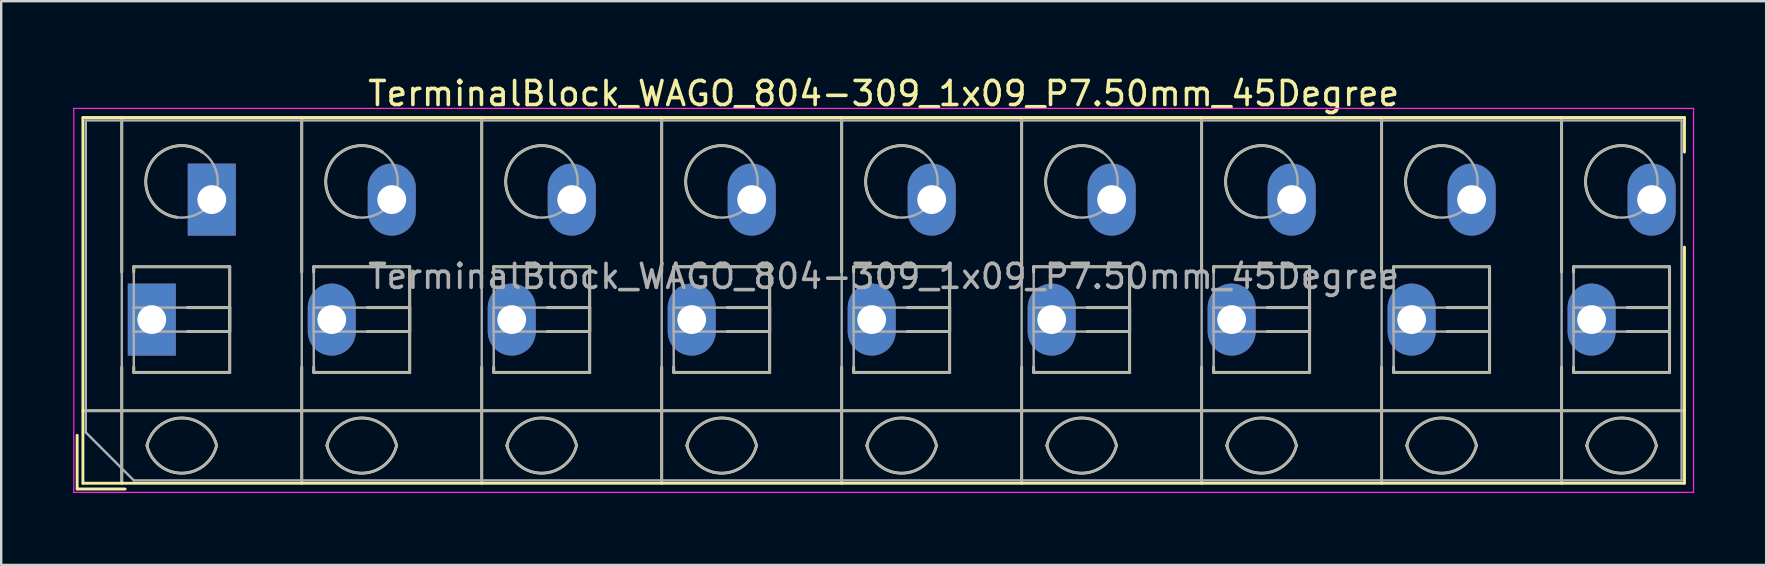
<source format=kicad_pcb>
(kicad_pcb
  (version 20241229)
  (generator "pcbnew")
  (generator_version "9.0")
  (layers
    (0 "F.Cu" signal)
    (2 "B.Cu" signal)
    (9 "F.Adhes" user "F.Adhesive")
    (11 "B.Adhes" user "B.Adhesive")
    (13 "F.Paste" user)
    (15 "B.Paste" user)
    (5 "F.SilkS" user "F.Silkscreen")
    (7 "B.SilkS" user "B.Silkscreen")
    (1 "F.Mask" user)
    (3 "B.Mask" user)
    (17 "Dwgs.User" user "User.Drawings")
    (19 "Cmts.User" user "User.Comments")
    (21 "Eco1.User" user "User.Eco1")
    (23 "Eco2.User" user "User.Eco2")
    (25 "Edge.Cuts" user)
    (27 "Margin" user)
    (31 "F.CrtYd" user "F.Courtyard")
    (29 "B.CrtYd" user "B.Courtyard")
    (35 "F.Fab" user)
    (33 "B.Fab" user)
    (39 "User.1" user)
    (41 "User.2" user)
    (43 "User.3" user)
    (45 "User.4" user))
  (footprint "TerminalBlock_WAGO_804-309_1x09_P7.50mm_45Degree"
    (layer "F.Cu")
    (at 3.275 10.268)
    (property "Reference" "TerminalBlock_WAGO_804-309_1x09_P7.50mm_45Degree" (at 30.5 -9.42 0) (layer "F.SilkS") (effects (font (size 1 1) (thickness 0.15))))
    (attr through_hole)
    (fp_line (start -3.11 4.82) (end -3.11 7.06) (stroke (width 0.12) (type solid)) (layer "F.SilkS"))
    (fp_line (start -3.11 7.06) (end -1.11 7.06) (stroke (width 0.12) (type solid)) (layer "F.SilkS"))
    (fp_line (start -2.87 -8.42) (end -2.87 6.82) (stroke (width 0.12) (type solid)) (layer "F.SilkS"))
    (fp_line (start -2.87 -8.42) (end 63.87 -8.42) (stroke (width 0.12) (type solid)) (layer "F.SilkS"))
    (fp_line (start -2.87 3.8) (end 63.87 3.8) (stroke (width 0.12) (type solid)) (layer "F.SilkS"))
    (fp_line (start -2.87 6.82) (end 63.87 6.82) (stroke (width 0.12) (type solid)) (layer "F.SilkS"))
    (fp_line (start -1.25 -8.42) (end -1.25 -1.98) (stroke (width 0.12) (type solid)) (layer "F.SilkS"))
    (fp_line (start -1.25 1.98) (end -1.25 6.82) (stroke (width 0.12) (type solid)) (layer "F.SilkS"))
    (fp_line (start -0.75 -2.2) (end -0.75 -1.98) (stroke (width 0.12) (type solid)) (layer "F.SilkS"))
    (fp_line (start -0.75 -2.2) (end 3.25 -2.2) (stroke (width 0.12) (type solid)) (layer "F.SilkS"))
    (fp_line (start -0.75 1.98) (end -0.75 2.2) (stroke (width 0.12) (type solid)) (layer "F.SilkS"))
    (fp_line (start -0.75 2.2) (end 3.25 2.2) (stroke (width 0.12) (type solid)) (layer "F.SilkS"))
    (fp_line (start 1.48 -0.5) (end 3.25 -0.5) (stroke (width 0.12) (type solid)) (layer "F.SilkS"))
    (fp_line (start 1.48 0.5) (end 3.25 0.5) (stroke (width 0.12) (type solid)) (layer "F.SilkS"))
    (fp_line (start 3.25 -2.2) (end 3.25 2.2) (stroke (width 0.12) (type solid)) (layer "F.SilkS"))
    (fp_line (start 3.25 -0.5) (end 3.25 0.5) (stroke (width 0.12) (type solid)) (layer "F.SilkS"))
    (fp_line (start 6.25 -8.42) (end 6.25 -1.98) (stroke (width 0.12) (type solid)) (layer "F.SilkS"))
    (fp_line (start 6.25 1.98) (end 6.25 6.82) (stroke (width 0.12) (type solid)) (layer "F.SilkS"))
    (fp_line (start 6.75 -2.2) (end 6.75 -1.98) (stroke (width 0.12) (type solid)) (layer "F.SilkS"))
    (fp_line (start 6.75 -2.2) (end 10.75 -2.2) (stroke (width 0.12) (type solid)) (layer "F.SilkS"))
    (fp_line (start 6.75 1.98) (end 6.75 2.2) (stroke (width 0.12) (type solid)) (layer "F.SilkS"))
    (fp_line (start 6.75 2.2) (end 10.75 2.2) (stroke (width 0.12) (type solid)) (layer "F.SilkS"))
    (fp_line (start 8.98 -0.5) (end 10.75 -0.5) (stroke (width 0.12) (type solid)) (layer "F.SilkS"))
    (fp_line (start 8.98 0.5) (end 10.75 0.5) (stroke (width 0.12) (type solid)) (layer "F.SilkS"))
    (fp_line (start 10.75 -2.2) (end 10.75 2.2) (stroke (width 0.12) (type solid)) (layer "F.SilkS"))
    (fp_line (start 10.75 -0.5) (end 10.75 0.5) (stroke (width 0.12) (type solid)) (layer "F.SilkS"))
    (fp_line (start 13.75 -8.42) (end 13.75 -1.98) (stroke (width 0.12) (type solid)) (layer "F.SilkS"))
    (fp_line (start 13.75 1.98) (end 13.75 6.82) (stroke (width 0.12) (type solid)) (layer "F.SilkS"))
    (fp_line (start 14.25 -2.2) (end 14.25 -1.98) (stroke (width 0.12) (type solid)) (layer "F.SilkS"))
    (fp_line (start 14.25 -2.2) (end 18.25 -2.2) (stroke (width 0.12) (type solid)) (layer "F.SilkS"))
    (fp_line (start 14.25 1.98) (end 14.25 2.2) (stroke (width 0.12) (type solid)) (layer "F.SilkS"))
    (fp_line (start 14.25 2.2) (end 18.25 2.2) (stroke (width 0.12) (type solid)) (layer "F.SilkS"))
    (fp_line (start 16.48 -0.5) (end 18.25 -0.5) (stroke (width 0.12) (type solid)) (layer "F.SilkS"))
    (fp_line (start 16.48 0.5) (end 18.25 0.5) (stroke (width 0.12) (type solid)) (layer "F.SilkS"))
    (fp_line (start 18.25 -2.2) (end 18.25 2.2) (stroke (width 0.12) (type solid)) (layer "F.SilkS"))
    (fp_line (start 18.25 -0.5) (end 18.25 0.5) (stroke (width 0.12) (type solid)) (layer "F.SilkS"))
    (fp_line (start 21.25 -8.42) (end 21.25 -1.98) (stroke (width 0.12) (type solid)) (layer "F.SilkS"))
    (fp_line (start 21.25 1.98) (end 21.25 6.82) (stroke (width 0.12) (type solid)) (layer "F.SilkS"))
    (fp_line (start 21.75 -2.2) (end 21.75 -1.98) (stroke (width 0.12) (type solid)) (layer "F.SilkS"))
    (fp_line (start 21.75 -2.2) (end 25.75 -2.2) (stroke (width 0.12) (type solid)) (layer "F.SilkS"))
    (fp_line (start 21.75 1.98) (end 21.75 2.2) (stroke (width 0.12) (type solid)) (layer "F.SilkS"))
    (fp_line (start 21.75 2.2) (end 25.75 2.2) (stroke (width 0.12) (type solid)) (layer "F.SilkS"))
    (fp_line (start 23.98 -0.5) (end 25.75 -0.5) (stroke (width 0.12) (type solid)) (layer "F.SilkS"))
    (fp_line (start 23.98 0.5) (end 25.75 0.5) (stroke (width 0.12) (type solid)) (layer "F.SilkS"))
    (fp_line (start 25.75 -2.2) (end 25.75 2.2) (stroke (width 0.12) (type solid)) (layer "F.SilkS"))
    (fp_line (start 25.75 -0.5) (end 25.75 0.5) (stroke (width 0.12) (type solid)) (layer "F.SilkS"))
    (fp_line (start 28.75 -8.42) (end 28.75 -1.98) (stroke (width 0.12) (type solid)) (layer "F.SilkS"))
    (fp_line (start 28.75 1.98) (end 28.75 6.82) (stroke (width 0.12) (type solid)) (layer "F.SilkS"))
    (fp_line (start 29.25 -2.2) (end 29.25 -1.98) (stroke (width 0.12) (type solid)) (layer "F.SilkS"))
    (fp_line (start 29.25 -2.2) (end 33.25 -2.2) (stroke (width 0.12) (type solid)) (layer "F.SilkS"))
    (fp_line (start 29.25 1.98) (end 29.25 2.2) (stroke (width 0.12) (type solid)) (layer "F.SilkS"))
    (fp_line (start 29.25 2.2) (end 33.25 2.2) (stroke (width 0.12) (type solid)) (layer "F.SilkS"))
    (fp_line (start 31.48 -0.5) (end 33.25 -0.5) (stroke (width 0.12) (type solid)) (layer "F.SilkS"))
    (fp_line (start 31.48 0.5) (end 33.25 0.5) (stroke (width 0.12) (type solid)) (layer "F.SilkS"))
    (fp_line (start 33.25 -2.2) (end 33.25 2.2) (stroke (width 0.12) (type solid)) (layer "F.SilkS"))
    (fp_line (start 33.25 -0.5) (end 33.25 0.5) (stroke (width 0.12) (type solid)) (layer "F.SilkS"))
    (fp_line (start 36.25 -8.42) (end 36.25 -1.98) (stroke (width 0.12) (type solid)) (layer "F.SilkS"))
    (fp_line (start 36.25 1.98) (end 36.25 6.82) (stroke (width 0.12) (type solid)) (layer "F.SilkS"))
    (fp_line (start 36.75 -2.2) (end 36.75 -1.98) (stroke (width 0.12) (type solid)) (layer "F.SilkS"))
    (fp_line (start 36.75 -2.2) (end 40.75 -2.2) (stroke (width 0.12) (type solid)) (layer "F.SilkS"))
    (fp_line (start 36.75 1.98) (end 36.75 2.2) (stroke (width 0.12) (type solid)) (layer "F.SilkS"))
    (fp_line (start 36.75 2.2) (end 40.75 2.2) (stroke (width 0.12) (type solid)) (layer "F.SilkS"))
    (fp_line (start 38.98 -0.5) (end 40.75 -0.5) (stroke (width 0.12) (type solid)) (layer "F.SilkS"))
    (fp_line (start 38.98 0.5) (end 40.75 0.5) (stroke (width 0.12) (type solid)) (layer "F.SilkS"))
    (fp_line (start 40.75 -2.2) (end 40.75 2.2) (stroke (width 0.12) (type solid)) (layer "F.SilkS"))
    (fp_line (start 40.75 -0.5) (end 40.75 0.5) (stroke (width 0.12) (type solid)) (layer "F.SilkS"))
    (fp_line (start 43.75 -8.42) (end 43.75 -1.98) (stroke (width 0.12) (type solid)) (layer "F.SilkS"))
    (fp_line (start 43.75 1.98) (end 43.75 6.82) (stroke (width 0.12) (type solid)) (layer "F.SilkS"))
    (fp_line (start 44.25 -2.2) (end 44.25 -1.98) (stroke (width 0.12) (type solid)) (layer "F.SilkS"))
    (fp_line (start 44.25 -2.2) (end 48.25 -2.2) (stroke (width 0.12) (type solid)) (layer "F.SilkS"))
    (fp_line (start 44.25 1.98) (end 44.25 2.2) (stroke (width 0.12) (type solid)) (layer "F.SilkS"))
    (fp_line (start 44.25 2.2) (end 48.25 2.2) (stroke (width 0.12) (type solid)) (layer "F.SilkS"))
    (fp_line (start 46.48 -0.5) (end 48.25 -0.5) (stroke (width 0.12) (type solid)) (layer "F.SilkS"))
    (fp_line (start 46.48 0.5) (end 48.25 0.5) (stroke (width 0.12) (type solid)) (layer "F.SilkS"))
    (fp_line (start 48.25 -2.2) (end 48.25 2.2) (stroke (width 0.12) (type solid)) (layer "F.SilkS"))
    (fp_line (start 48.25 -0.5) (end 48.25 0.5) (stroke (width 0.12) (type solid)) (layer "F.SilkS"))
    (fp_line (start 51.25 -8.42) (end 51.25 -1.98) (stroke (width 0.12) (type solid)) (layer "F.SilkS"))
    (fp_line (start 51.25 1.98) (end 51.25 6.82) (stroke (width 0.12) (type solid)) (layer "F.SilkS"))
    (fp_line (start 51.75 -2.2) (end 51.75 -1.98) (stroke (width 0.12) (type solid)) (layer "F.SilkS"))
    (fp_line (start 51.75 -2.2) (end 55.75 -2.2) (stroke (width 0.12) (type solid)) (layer "F.SilkS"))
    (fp_line (start 51.75 1.98) (end 51.75 2.2) (stroke (width 0.12) (type solid)) (layer "F.SilkS"))
    (fp_line (start 51.75 2.2) (end 55.75 2.2) (stroke (width 0.12) (type solid)) (layer "F.SilkS"))
    (fp_line (start 53.98 -0.5) (end 55.75 -0.5) (stroke (width 0.12) (type solid)) (layer "F.SilkS"))
    (fp_line (start 53.98 0.5) (end 55.75 0.5) (stroke (width 0.12) (type solid)) (layer "F.SilkS"))
    (fp_line (start 55.75 -2.2) (end 55.75 2.2) (stroke (width 0.12) (type solid)) (layer "F.SilkS"))
    (fp_line (start 55.75 -0.5) (end 55.75 0.5) (stroke (width 0.12) (type solid)) (layer "F.SilkS"))
    (fp_line (start 58.75 -8.42) (end 58.75 -1.98) (stroke (width 0.12) (type solid)) (layer "F.SilkS"))
    (fp_line (start 58.75 1.98) (end 58.75 6.82) (stroke (width 0.12) (type solid)) (layer "F.SilkS"))
    (fp_line (start 59.25 -2.2) (end 59.25 -1.98) (stroke (width 0.12) (type solid)) (layer "F.SilkS"))
    (fp_line (start 59.25 -2.2) (end 63.25 -2.2) (stroke (width 0.12) (type solid)) (layer "F.SilkS"))
    (fp_line (start 59.25 1.98) (end 59.25 2.2) (stroke (width 0.12) (type solid)) (layer "F.SilkS"))
    (fp_line (start 59.25 2.2) (end 63.25 2.2) (stroke (width 0.12) (type solid)) (layer "F.SilkS"))
    (fp_line (start 61.48 -0.5) (end 63.25 -0.5) (stroke (width 0.12) (type solid)) (layer "F.SilkS"))
    (fp_line (start 61.48 0.5) (end 63.25 0.5) (stroke (width 0.12) (type solid)) (layer "F.SilkS"))
    (fp_line (start 63.25 -2.2) (end 63.25 2.2) (stroke (width 0.12) (type solid)) (layer "F.SilkS"))
    (fp_line (start 63.25 -0.5) (end 63.25 0.5) (stroke (width 0.12) (type solid)) (layer "F.SilkS"))
    (fp_line (start 63.87 -8.42) (end 63.87 -6.98) (stroke (width 0.12) (type solid)) (layer "F.SilkS"))
    (fp_line (start 63.87 -3.02) (end 63.87 6.82) (stroke (width 0.12) (type solid)) (layer "F.SilkS"))
    (fp_arc (start -0.200865 5.250424) (mid 1.250296 4.099926) (end 2.701 5.251) (stroke (width 0.12) (type solid)) (layer "F.SilkS"))
    (fp_arc (start 1.040798 -4.264067) (mid -0.146039 -6.300306) (end 2.111 -6.979) (stroke (width 0.12) (type solid)) (layer "F.SilkS"))
    (fp_arc (start 2.7 5.25) (mid 1.250068 6.400101) (end -0.199969 5.250133) (stroke (width 0.12) (type solid)) (layer "F.SilkS"))
    (fp_arc (start 7.299135 5.250424) (mid 8.750296 4.099926) (end 10.201 5.251) (stroke (width 0.12) (type solid)) (layer "F.SilkS"))
    (fp_arc (start 8.540798 -4.264067) (mid 7.353961 -6.300306) (end 9.611 -6.979) (stroke (width 0.12) (type solid)) (layer "F.SilkS"))
    (fp_arc (start 10.2 5.25) (mid 8.750068 6.400101) (end 7.300031 5.250133) (stroke (width 0.12) (type solid)) (layer "F.SilkS"))
    (fp_arc (start 14.799135 5.250424) (mid 16.250296 4.099926) (end 17.701 5.251) (stroke (width 0.12) (type solid)) (layer "F.SilkS"))
    (fp_arc (start 16.040798 -4.264067) (mid 14.853961 -6.300306) (end 17.111 -6.979) (stroke (width 0.12) (type solid)) (layer "F.SilkS"))
    (fp_arc (start 17.7 5.25) (mid 16.250068 6.400101) (end 14.800031 5.250133) (stroke (width 0.12) (type solid)) (layer "F.SilkS"))
    (fp_arc (start 22.299135 5.250424) (mid 23.750296 4.099926) (end 25.201 5.251) (stroke (width 0.12) (type solid)) (layer "F.SilkS"))
    (fp_arc (start 23.540798 -4.264067) (mid 22.353961 -6.300306) (end 24.611 -6.979) (stroke (width 0.12) (type solid)) (layer "F.SilkS"))
    (fp_arc (start 25.2 5.25) (mid 23.750068 6.400101) (end 22.300031 5.250133) (stroke (width 0.12) (type solid)) (layer "F.SilkS"))
    (fp_arc (start 29.799135 5.250424) (mid 31.250296 4.099926) (end 32.701 5.251) (stroke (width 0.12) (type solid)) (layer "F.SilkS"))
    (fp_arc (start 31.040798 -4.264067) (mid 29.853961 -6.300306) (end 32.111 -6.979) (stroke (width 0.12) (type solid)) (layer "F.SilkS"))
    (fp_arc (start 32.701 5.25) (mid 31.250296 6.401074) (end 29.799135 5.250576) (stroke (width 0.12) (type solid)) (layer "F.SilkS"))
    (fp_arc (start 37.299135 5.250424) (mid 38.750296 4.099926) (end 40.201 5.251) (stroke (width 0.12) (type solid)) (layer "F.SilkS"))
    (fp_arc (start 38.540798 -4.264067) (mid 37.353961 -6.300306) (end 39.611 -6.979) (stroke (width 0.12) (type solid)) (layer "F.SilkS"))
    (fp_arc (start 40.2 5.25) (mid 38.750068 6.400101) (end 37.300031 5.250133) (stroke (width 0.12) (type solid)) (layer "F.SilkS"))
    (fp_arc (start 44.799135 5.250424) (mid 46.250296 4.099926) (end 47.701 5.251) (stroke (width 0.12) (type solid)) (layer "F.SilkS"))
    (fp_arc (start 46.040798 -4.264067) (mid 44.853961 -6.300306) (end 47.111 -6.979) (stroke (width 0.12) (type solid)) (layer "F.SilkS"))
    (fp_arc (start 47.7 5.25) (mid 46.250068 6.400101) (end 44.800031 5.250133) (stroke (width 0.12) (type solid)) (layer "F.SilkS"))
    (fp_arc (start 52.299135 5.250424) (mid 53.750296 4.099926) (end 55.201 5.251) (stroke (width 0.12) (type solid)) (layer "F.SilkS"))
    (fp_arc (start 53.540798 -4.264067) (mid 52.353961 -6.300306) (end 54.611 -6.979) (stroke (width 0.12) (type solid)) (layer "F.SilkS"))
    (fp_arc (start 55.2 5.25) (mid 53.750068 6.400101) (end 52.300031 5.250133) (stroke (width 0.12) (type solid)) (layer "F.SilkS"))
    (fp_arc (start 59.799135 5.250424) (mid 61.250296 4.099926) (end 62.701 5.251) (stroke (width 0.12) (type solid)) (layer "F.SilkS"))
    (fp_arc (start 61.040798 -4.264067) (mid 59.853961 -6.300306) (end 62.111 -6.979) (stroke (width 0.12) (type solid)) (layer "F.SilkS"))
    (fp_arc (start 62.7 5.25) (mid 61.250068 6.400101) (end 59.800031 5.250133) (stroke (width 0.12) (type solid)) (layer "F.SilkS"))
    (fp_line (start -3.25 -8.8) (end -3.25 7.2) (stroke (width 0.05) (type solid)) (layer "F.CrtYd"))
    (fp_line (start -3.25 7.2) (end 64.25 7.2) (stroke (width 0.05) (type solid)) (layer "F.CrtYd"))
    (fp_line (start 64.25 -8.8) (end -3.25 -8.8) (stroke (width 0.05) (type solid)) (layer "F.CrtYd"))
    (fp_line (start 64.25 7.2) (end 64.25 -8.8) (stroke (width 0.05) (type solid)) (layer "F.CrtYd"))
    (fp_line (start -2.75 -8.3) (end 63.75 -8.3) (stroke (width 0.1) (type solid)) (layer "F.Fab"))
    (fp_line (start -2.75 3.8) (end 63.75 3.8) (stroke (width 0.1) (type solid)) (layer "F.Fab"))
    (fp_line (start -2.75 4.7) (end -2.75 -8.3) (stroke (width 0.1) (type solid)) (layer "F.Fab"))
    (fp_line (start -1.25 -8.3) (end -1.25 6.7) (stroke (width 0.1) (type solid)) (layer "F.Fab"))
    (fp_line (start -0.75 -2.2) (end -0.75 2.2) (stroke (width 0.1) (type solid)) (layer "F.Fab"))
    (fp_line (start -0.75 -0.5) (end -0.75 0.5) (stroke (width 0.1) (type solid)) (layer "F.Fab"))
    (fp_line (start -0.75 0.5) (end 3.25 0.5) (stroke (width 0.1) (type solid)) (layer "F.Fab"))
    (fp_line (start -0.75 2.2) (end 3.25 2.2) (stroke (width 0.1) (type solid)) (layer "F.Fab"))
    (fp_line (start -0.75 6.7) (end -2.75 4.7) (stroke (width 0.1) (type solid)) (layer "F.Fab"))
    (fp_line (start 3.25 -2.2) (end -0.75 -2.2) (stroke (width 0.1) (type solid)) (layer "F.Fab"))
    (fp_line (start 3.25 -0.5) (end -0.75 -0.5) (stroke (width 0.1) (type solid)) (layer "F.Fab"))
    (fp_line (start 3.25 0.5) (end 3.25 -0.5) (stroke (width 0.1) (type solid)) (layer "F.Fab"))
    (fp_line (start 3.25 2.2) (end 3.25 -2.2) (stroke (width 0.1) (type solid)) (layer "F.Fab"))
    (fp_line (start 6.25 -8.3) (end 6.25 6.7) (stroke (width 0.1) (type solid)) (layer "F.Fab"))
    (fp_line (start 6.75 -2.2) (end 6.75 2.2) (stroke (width 0.1) (type solid)) (layer "F.Fab"))
    (fp_line (start 6.75 -0.5) (end 6.75 0.5) (stroke (width 0.1) (type solid)) (layer "F.Fab"))
    (fp_line (start 6.75 0.5) (end 10.75 0.5) (stroke (width 0.1) (type solid)) (layer "F.Fab"))
    (fp_line (start 6.75 2.2) (end 10.75 2.2) (stroke (width 0.1) (type solid)) (layer "F.Fab"))
    (fp_line (start 10.75 -2.2) (end 6.75 -2.2) (stroke (width 0.1) (type solid)) (layer "F.Fab"))
    (fp_line (start 10.75 -0.5) (end 6.75 -0.5) (stroke (width 0.1) (type solid)) (layer "F.Fab"))
    (fp_line (start 10.75 0.5) (end 10.75 -0.5) (stroke (width 0.1) (type solid)) (layer "F.Fab"))
    (fp_line (start 10.75 2.2) (end 10.75 -2.2) (stroke (width 0.1) (type solid)) (layer "F.Fab"))
    (fp_line (start 13.75 -8.3) (end 13.75 6.7) (stroke (width 0.1) (type solid)) (layer "F.Fab"))
    (fp_line (start 14.25 -2.2) (end 14.25 2.2) (stroke (width 0.1) (type solid)) (layer "F.Fab"))
    (fp_line (start 14.25 -0.5) (end 14.25 0.5) (stroke (width 0.1) (type solid)) (layer "F.Fab"))
    (fp_line (start 14.25 0.5) (end 18.25 0.5) (stroke (width 0.1) (type solid)) (layer "F.Fab"))
    (fp_line (start 14.25 2.2) (end 18.25 2.2) (stroke (width 0.1) (type solid)) (layer "F.Fab"))
    (fp_line (start 18.25 -2.2) (end 14.25 -2.2) (stroke (width 0.1) (type solid)) (layer "F.Fab"))
    (fp_line (start 18.25 -0.5) (end 14.25 -0.5) (stroke (width 0.1) (type solid)) (layer "F.Fab"))
    (fp_line (start 18.25 0.5) (end 18.25 -0.5) (stroke (width 0.1) (type solid)) (layer "F.Fab"))
    (fp_line (start 18.25 2.2) (end 18.25 -2.2) (stroke (width 0.1) (type solid)) (layer "F.Fab"))
    (fp_line (start 21.25 -8.3) (end 21.25 6.7) (stroke (width 0.1) (type solid)) (layer "F.Fab"))
    (fp_line (start 21.75 -2.2) (end 21.75 2.2) (stroke (width 0.1) (type solid)) (layer "F.Fab"))
    (fp_line (start 21.75 -0.5) (end 21.75 0.5) (stroke (width 0.1) (type solid)) (layer "F.Fab"))
    (fp_line (start 21.75 0.5) (end 25.75 0.5) (stroke (width 0.1) (type solid)) (layer "F.Fab"))
    (fp_line (start 21.75 2.2) (end 25.75 2.2) (stroke (width 0.1) (type solid)) (layer "F.Fab"))
    (fp_line (start 25.75 -2.2) (end 21.75 -2.2) (stroke (width 0.1) (type solid)) (layer "F.Fab"))
    (fp_line (start 25.75 -0.5) (end 21.75 -0.5) (stroke (width 0.1) (type solid)) (layer "F.Fab"))
    (fp_line (start 25.75 0.5) (end 25.75 -0.5) (stroke (width 0.1) (type solid)) (layer "F.Fab"))
    (fp_line (start 25.75 2.2) (end 25.75 -2.2) (stroke (width 0.1) (type solid)) (layer "F.Fab"))
    (fp_line (start 28.75 -8.3) (end 28.75 6.7) (stroke (width 0.1) (type solid)) (layer "F.Fab"))
    (fp_line (start 29.25 -2.2) (end 29.25 2.2) (stroke (width 0.1) (type solid)) (layer "F.Fab"))
    (fp_line (start 29.25 -0.5) (end 29.25 0.5) (stroke (width 0.1) (type solid)) (layer "F.Fab"))
    (fp_line (start 29.25 0.5) (end 33.25 0.5) (stroke (width 0.1) (type solid)) (layer "F.Fab"))
    (fp_line (start 29.25 2.2) (end 33.25 2.2) (stroke (width 0.1) (type solid)) (layer "F.Fab"))
    (fp_line (start 33.25 -2.2) (end 29.25 -2.2) (stroke (width 0.1) (type solid)) (layer "F.Fab"))
    (fp_line (start 33.25 -0.5) (end 29.25 -0.5) (stroke (width 0.1) (type solid)) (layer "F.Fab"))
    (fp_line (start 33.25 0.5) (end 33.25 -0.5) (stroke (width 0.1) (type solid)) (layer "F.Fab"))
    (fp_line (start 33.25 2.2) (end 33.25 -2.2) (stroke (width 0.1) (type solid)) (layer "F.Fab"))
    (fp_line (start 36.25 -8.3) (end 36.25 6.7) (stroke (width 0.1) (type solid)) (layer "F.Fab"))
    (fp_line (start 36.75 -2.2) (end 36.75 2.2) (stroke (width 0.1) (type solid)) (layer "F.Fab"))
    (fp_line (start 36.75 -0.5) (end 36.75 0.5) (stroke (width 0.1) (type solid)) (layer "F.Fab"))
    (fp_line (start 36.75 0.5) (end 40.75 0.5) (stroke (width 0.1) (type solid)) (layer "F.Fab"))
    (fp_line (start 36.75 2.2) (end 40.75 2.2) (stroke (width 0.1) (type solid)) (layer "F.Fab"))
    (fp_line (start 40.75 -2.2) (end 36.75 -2.2) (stroke (width 0.1) (type solid)) (layer "F.Fab"))
    (fp_line (start 40.75 -0.5) (end 36.75 -0.5) (stroke (width 0.1) (type solid)) (layer "F.Fab"))
    (fp_line (start 40.75 0.5) (end 40.75 -0.5) (stroke (width 0.1) (type solid)) (layer "F.Fab"))
    (fp_line (start 40.75 2.2) (end 40.75 -2.2) (stroke (width 0.1) (type solid)) (layer "F.Fab"))
    (fp_line (start 43.75 -8.3) (end 43.75 6.7) (stroke (width 0.1) (type solid)) (layer "F.Fab"))
    (fp_line (start 44.25 -2.2) (end 44.25 2.2) (stroke (width 0.1) (type solid)) (layer "F.Fab"))
    (fp_line (start 44.25 -0.5) (end 44.25 0.5) (stroke (width 0.1) (type solid)) (layer "F.Fab"))
    (fp_line (start 44.25 0.5) (end 48.25 0.5) (stroke (width 0.1) (type solid)) (layer "F.Fab"))
    (fp_line (start 44.25 2.2) (end 48.25 2.2) (stroke (width 0.1) (type solid)) (layer "F.Fab"))
    (fp_line (start 48.25 -2.2) (end 44.25 -2.2) (stroke (width 0.1) (type solid)) (layer "F.Fab"))
    (fp_line (start 48.25 -0.5) (end 44.25 -0.5) (stroke (width 0.1) (type solid)) (layer "F.Fab"))
    (fp_line (start 48.25 0.5) (end 48.25 -0.5) (stroke (width 0.1) (type solid)) (layer "F.Fab"))
    (fp_line (start 48.25 2.2) (end 48.25 -2.2) (stroke (width 0.1) (type solid)) (layer "F.Fab"))
    (fp_line (start 51.25 -8.3) (end 51.25 6.7) (stroke (width 0.1) (type solid)) (layer "F.Fab"))
    (fp_line (start 51.75 -2.2) (end 51.75 2.2) (stroke (width 0.1) (type solid)) (layer "F.Fab"))
    (fp_line (start 51.75 -0.5) (end 51.75 0.5) (stroke (width 0.1) (type solid)) (layer "F.Fab"))
    (fp_line (start 51.75 0.5) (end 55.75 0.5) (stroke (width 0.1) (type solid)) (layer "F.Fab"))
    (fp_line (start 51.75 2.2) (end 55.75 2.2) (stroke (width 0.1) (type solid)) (layer "F.Fab"))
    (fp_line (start 55.75 -2.2) (end 51.75 -2.2) (stroke (width 0.1) (type solid)) (layer "F.Fab"))
    (fp_line (start 55.75 -0.5) (end 51.75 -0.5) (stroke (width 0.1) (type solid)) (layer "F.Fab"))
    (fp_line (start 55.75 0.5) (end 55.75 -0.5) (stroke (width 0.1) (type solid)) (layer "F.Fab"))
    (fp_line (start 55.75 2.2) (end 55.75 -2.2) (stroke (width 0.1) (type solid)) (layer "F.Fab"))
    (fp_line (start 58.75 -8.3) (end 58.75 6.7) (stroke (width 0.1) (type solid)) (layer "F.Fab"))
    (fp_line (start 59.25 -2.2) (end 59.25 2.2) (stroke (width 0.1) (type solid)) (layer "F.Fab"))
    (fp_line (start 59.25 -0.5) (end 59.25 0.5) (stroke (width 0.1) (type solid)) (layer "F.Fab"))
    (fp_line (start 59.25 0.5) (end 63.25 0.5) (stroke (width 0.1) (type solid)) (layer "F.Fab"))
    (fp_line (start 59.25 2.2) (end 63.25 2.2) (stroke (width 0.1) (type solid)) (layer "F.Fab"))
    (fp_line (start 63.25 -2.2) (end 59.25 -2.2) (stroke (width 0.1) (type solid)) (layer "F.Fab"))
    (fp_line (start 63.25 -0.5) (end 59.25 -0.5) (stroke (width 0.1) (type solid)) (layer "F.Fab"))
    (fp_line (start 63.25 0.5) (end 63.25 -0.5) (stroke (width 0.1) (type solid)) (layer "F.Fab"))
    (fp_line (start 63.25 2.2) (end 63.25 -2.2) (stroke (width 0.1) (type solid)) (layer "F.Fab"))
    (fp_line (start 63.75 -8.3) (end 63.75 6.7) (stroke (width 0.1) (type solid)) (layer "F.Fab"))
    (fp_line (start 63.75 6.7) (end -0.75 6.7) (stroke (width 0.1) (type solid)) (layer "F.Fab"))
    (fp_arc (start -0.200865 5.250424) (mid 1.250296 4.099926) (end 2.701 5.251) (stroke (width 0.1) (type solid)) (layer "F.Fab"))
    (fp_arc (start 2.7 5.25) (mid 1.250068 6.400101) (end -0.199969 5.250133) (stroke (width 0.1) (type solid)) (layer "F.Fab"))
    (fp_arc (start 7.299135 5.250424) (mid 8.750296 4.099926) (end 10.201 5.251) (stroke (width 0.1) (type solid)) (layer "F.Fab"))
    (fp_arc (start 10.2 5.25) (mid 8.750068 6.400101) (end 7.300031 5.250133) (stroke (width 0.1) (type solid)) (layer "F.Fab"))
    (fp_arc (start 14.799135 5.250424) (mid 16.250296 4.099926) (end 17.701 5.251) (stroke (width 0.1) (type solid)) (layer "F.Fab"))
    (fp_arc (start 17.7 5.25) (mid 16.250068 6.400101) (end 14.800031 5.250133) (stroke (width 0.1) (type solid)) (layer "F.Fab"))
    (fp_arc (start 22.299135 5.250424) (mid 23.750296 4.099926) (end 25.201 5.251) (stroke (width 0.1) (type solid)) (layer "F.Fab"))
    (fp_arc (start 25.2 5.25) (mid 23.750068 6.400101) (end 22.300031 5.250133) (stroke (width 0.1) (type solid)) (layer "F.Fab"))
    (fp_arc (start 29.799135 5.250424) (mid 31.250296 4.099926) (end 32.701 5.251) (stroke (width 0.1) (type solid)) (layer "F.Fab"))
    (fp_arc (start 32.701 5.25) (mid 31.250296 6.401074) (end 29.799135 5.250576) (stroke (width 0.1) (type solid)) (layer "F.Fab"))
    (fp_arc (start 37.299135 5.250424) (mid 38.750296 4.099926) (end 40.201 5.251) (stroke (width 0.1) (type solid)) (layer "F.Fab"))
    (fp_arc (start 40.2 5.25) (mid 38.750068 6.400101) (end 37.300031 5.250133) (stroke (width 0.1) (type solid)) (layer "F.Fab"))
    (fp_arc (start 44.799135 5.250424) (mid 46.250296 4.099926) (end 47.701 5.251) (stroke (width 0.1) (type solid)) (layer "F.Fab"))
    (fp_arc (start 47.7 5.25) (mid 46.250068 6.400101) (end 44.800031 5.250133) (stroke (width 0.1) (type solid)) (layer "F.Fab"))
    (fp_arc (start 52.299135 5.250424) (mid 53.750296 4.099926) (end 55.201 5.251) (stroke (width 0.1) (type solid)) (layer "F.Fab"))
    (fp_arc (start 55.2 5.25) (mid 53.750068 6.400101) (end 52.300031 5.250133) (stroke (width 0.1) (type solid)) (layer "F.Fab"))
    (fp_arc (start 59.799135 5.250424) (mid 61.250296 4.099926) (end 62.701 5.251) (stroke (width 0.1) (type solid)) (layer "F.Fab"))
    (fp_arc (start 62.7 5.25) (mid 61.250068 6.400101) (end 59.800031 5.250133) (stroke (width 0.1) (type solid)) (layer "F.Fab"))
    (fp_circle (center 1.25 -5.75) (end 2.75 -5.75) (stroke (width 0.1) (type solid)) (fill no) (layer "F.Fab"))
    (fp_circle (center 8.75 -5.75) (end 10.25 -5.75) (stroke (width 0.1) (type solid)) (fill no) (layer "F.Fab"))
    (fp_circle (center 16.25 -5.75) (end 17.75 -5.75) (stroke (width 0.1) (type solid)) (fill no) (layer "F.Fab"))
    (fp_circle (center 23.75 -5.75) (end 25.25 -5.75) (stroke (width 0.1) (type solid)) (fill no) (layer "F.Fab"))
    (fp_circle (center 31.25 -5.75) (end 32.75 -5.75) (stroke (width 0.1) (type solid)) (fill no) (layer "F.Fab"))
    (fp_circle (center 38.75 -5.75) (end 40.25 -5.75) (stroke (width 0.1) (type solid)) (fill no) (layer "F.Fab"))
    (fp_circle (center 46.25 -5.75) (end 47.75 -5.75) (stroke (width 0.1) (type solid)) (fill no) (layer "F.Fab"))
    (fp_circle (center 53.75 -5.75) (end 55.25 -5.75) (stroke (width 0.1) (type solid)) (fill no) (layer "F.Fab"))
    (fp_circle (center 61.25 -5.75) (end 62.75 -5.75) (stroke (width 0.1) (type solid)) (fill no) (layer "F.Fab"))
    (fp_text user "${REFERENCE}" (at 30.5 -1.8 0) (layer "F.Fab") (effects (font (size 1 1) (thickness 0.15))))
    (pad "1" thru_hole rect (at 0 0) (size 2 3) (drill 1.2) (layers "*.Cu" "*.Mask"))
    (pad "1" thru_hole rect (at 2.5 -5) (size 2 3) (drill 1.2) (layers "*.Cu" "*.Mask"))
    (pad "2" thru_hole oval (at 7.5 0) (size 2 3) (drill 1.2) (layers "*.Cu" "*.Mask"))
    (pad "2" thru_hole oval (at 10 -5) (size 2 3) (drill 1.2) (layers "*.Cu" "*.Mask"))
    (pad "3" thru_hole oval (at 15 0) (size 2 3) (drill 1.2) (layers "*.Cu" "*.Mask"))
    (pad "3" thru_hole oval (at 17.5 -5) (size 2 3) (drill 1.2) (layers "*.Cu" "*.Mask"))
    (pad "4" thru_hole oval (at 22.5 0) (size 2 3) (drill 1.2) (layers "*.Cu" "*.Mask"))
    (pad "4" thru_hole oval (at 25 -5) (size 2 3) (drill 1.2) (layers "*.Cu" "*.Mask"))
    (pad "5" thru_hole oval (at 30 0) (size 2 3) (drill 1.2) (layers "*.Cu" "*.Mask"))
    (pad "5" thru_hole oval (at 32.5 -5) (size 2 3) (drill 1.2) (layers "*.Cu" "*.Mask"))
    (pad "6" thru_hole oval (at 37.5 0) (size 2 3) (drill 1.2) (layers "*.Cu" "*.Mask"))
    (pad "6" thru_hole oval (at 40 -5) (size 2 3) (drill 1.2) (layers "*.Cu" "*.Mask"))
    (pad "7" thru_hole oval (at 45 0) (size 2 3) (drill 1.2) (layers "*.Cu" "*.Mask"))
    (pad "7" thru_hole oval (at 47.5 -5) (size 2 3) (drill 1.2) (layers "*.Cu" "*.Mask"))
    (pad "8" thru_hole oval (at 52.5 0) (size 2 3) (drill 1.2) (layers "*.Cu" "*.Mask"))
    (pad "8" thru_hole oval (at 55 -5) (size 2 3) (drill 1.2) (layers "*.Cu" "*.Mask"))
    (pad "9" thru_hole oval (at 60 0) (size 2 3) (drill 1.2) (layers "*.Cu" "*.Mask"))
    (pad "9" thru_hole oval (at 62.5 -5) (size 2 3) (drill 1.2) (layers "*.Cu" "*.Mask")))
  (gr_rect
    (start -3 -3)
    (end 70.55 20.493)
    (stroke (width 0.1) (type default))
    (fill no)
    (layer "Edge.Cuts")))
</source>
